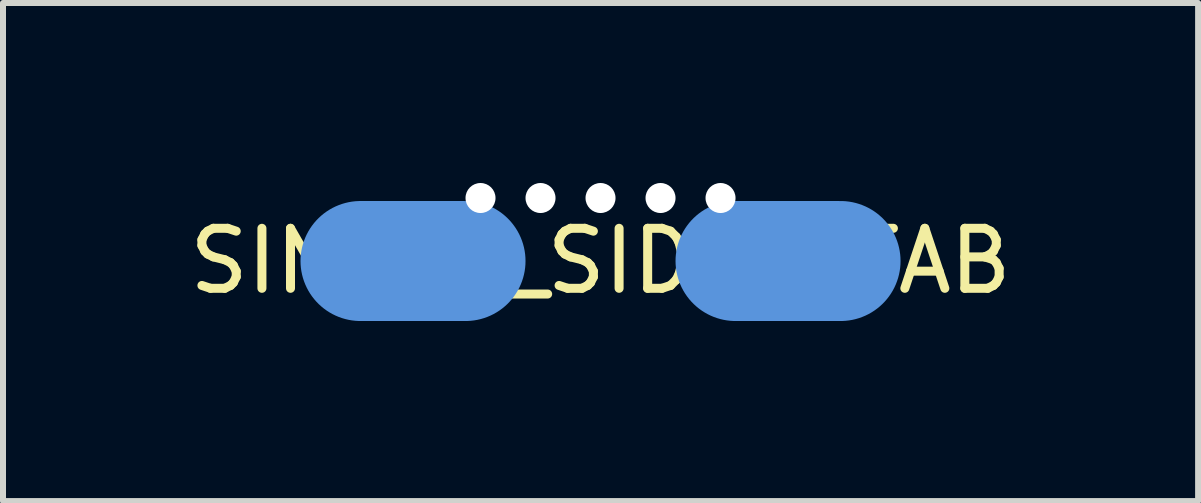
<source format=kicad_pcb>
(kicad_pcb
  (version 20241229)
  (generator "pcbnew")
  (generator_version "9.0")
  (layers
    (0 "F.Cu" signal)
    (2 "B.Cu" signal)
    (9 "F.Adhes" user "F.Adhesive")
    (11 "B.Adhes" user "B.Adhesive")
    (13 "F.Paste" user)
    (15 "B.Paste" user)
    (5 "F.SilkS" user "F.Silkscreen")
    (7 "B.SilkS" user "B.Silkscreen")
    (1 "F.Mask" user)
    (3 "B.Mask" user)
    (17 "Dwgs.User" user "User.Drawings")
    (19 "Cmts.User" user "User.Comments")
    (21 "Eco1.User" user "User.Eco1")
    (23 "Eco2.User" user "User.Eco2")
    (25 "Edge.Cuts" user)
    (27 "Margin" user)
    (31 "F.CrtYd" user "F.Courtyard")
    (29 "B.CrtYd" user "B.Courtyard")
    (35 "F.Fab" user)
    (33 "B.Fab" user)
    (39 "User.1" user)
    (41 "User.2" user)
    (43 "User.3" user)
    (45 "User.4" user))
  (footprint "SINGLE_SIDED_TAB"
    (layer "F.Cu")
    (at 6.958 1.3)
    (property "Reference" "SINGLE_SIDED_TAB" (at 0 0 0) (layer "F.SilkS") (effects (font (size 1 1) (thickness 0.15))))
    (attr through_hole)
    (fp_line (start -2.25 0) (end -4 0) (stroke (width 2) (type solid)) (layer "Cmts.User"))
    (fp_line (start 2.25 0) (end 4 0) (stroke (width 2) (type solid)) (layer "Cmts.User"))
    (pad "" np_thru_hole circle (at -2 -1.05) (size 0.5 0.5) (drill 0.5) (layers "*.Cu" "*.Mask"))
    (pad "" np_thru_hole circle (at -1 -1.05) (size 0.5 0.5) (drill 0.5) (layers "*.Cu" "*.Mask"))
    (pad "" np_thru_hole circle (at 0 -1.05) (size 0.5 0.5) (drill 0.5) (layers "*.Cu" "*.Mask"))
    (pad "" np_thru_hole circle (at 1 -1.05) (size 0.5 0.5) (drill 0.5) (layers "*.Cu" "*.Mask"))
    (pad "" np_thru_hole circle (at 2 -1.05) (size 0.5 0.5) (drill 0.5) (layers "*.Cu" "*.Mask")))
  (gr_rect
    (start -3 -3)
    (end 16.917 5.3)
    (stroke (width 0.1) (type default))
    (fill no)
    (layer "Edge.Cuts")))
</source>
